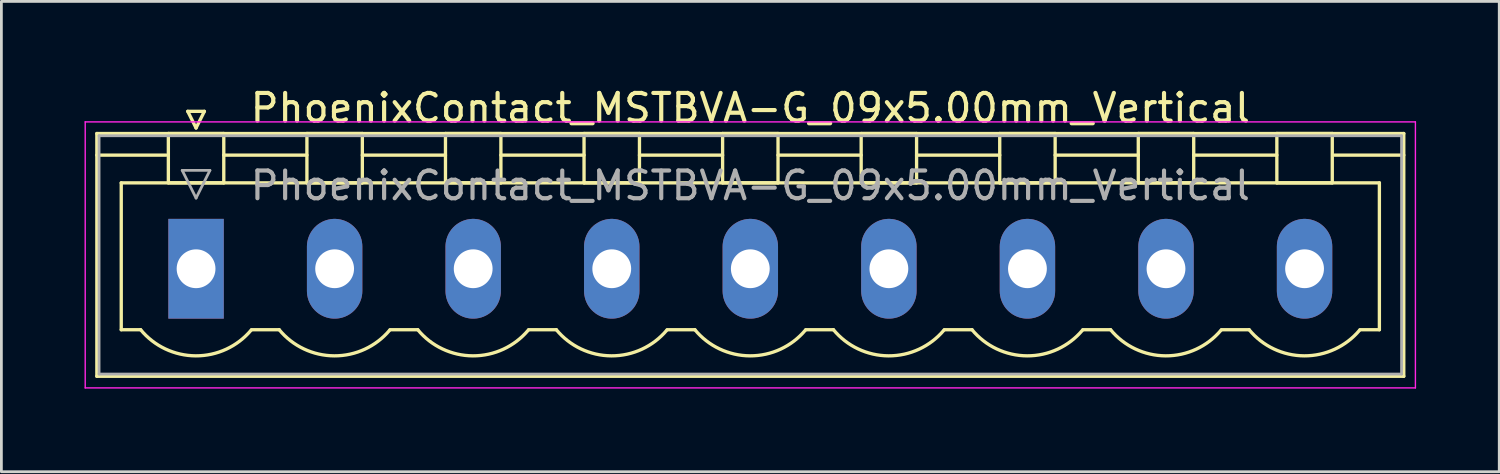
<source format=kicad_pcb>
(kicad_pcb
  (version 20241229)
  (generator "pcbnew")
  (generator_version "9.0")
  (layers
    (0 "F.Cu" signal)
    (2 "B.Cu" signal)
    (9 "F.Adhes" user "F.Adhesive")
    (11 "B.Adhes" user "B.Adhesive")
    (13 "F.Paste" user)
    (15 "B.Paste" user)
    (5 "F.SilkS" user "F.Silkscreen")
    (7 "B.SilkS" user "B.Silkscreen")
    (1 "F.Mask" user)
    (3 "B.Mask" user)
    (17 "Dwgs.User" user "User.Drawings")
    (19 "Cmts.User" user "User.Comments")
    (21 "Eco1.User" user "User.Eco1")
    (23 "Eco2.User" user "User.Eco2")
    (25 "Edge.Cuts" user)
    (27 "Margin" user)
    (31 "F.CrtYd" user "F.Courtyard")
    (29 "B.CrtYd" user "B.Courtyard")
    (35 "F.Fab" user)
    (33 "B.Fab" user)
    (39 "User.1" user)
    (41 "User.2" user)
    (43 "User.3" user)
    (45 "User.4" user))
  (footprint "PhoenixContact_MSTBVA-G_09x5.00mm_Vertical"
    (layer "F.Cu")
    (at 4.025 6.648)
    (property "Reference" "PhoenixContact_MSTBVA-G_09x5.00mm_Vertical" (at 20 -5.8 0) (layer "F.SilkS") (effects (font (size 1 1) (thickness 0.15))))
    (attr through_hole)
    (fp_line (start -3.58 -4.88) (end -3.58 3.88) (stroke (width 0.12) (type solid)) (layer "F.SilkS"))
    (fp_line (start -3.58 -4.1) (end -1.08 -4.1) (stroke (width 0.12) (type solid)) (layer "F.SilkS"))
    (fp_line (start -3.58 3.88) (end 43.58 3.88) (stroke (width 0.12) (type solid)) (layer "F.SilkS"))
    (fp_line (start -2.7 -3.1) (end 42.7 -3.1) (stroke (width 0.12) (type solid)) (layer "F.SilkS"))
    (fp_line (start -2.7 2.2) (end -2.7 -3.1) (stroke (width 0.12) (type solid)) (layer "F.SilkS"))
    (fp_line (start -2 2.2) (end -2.7 2.2) (stroke (width 0.12) (type solid)) (layer "F.SilkS"))
    (fp_line (start -1 -4.88) (end 1 -4.88) (stroke (width 0.12) (type solid)) (layer "F.SilkS"))
    (fp_line (start -1 -3.1) (end -1 -4.88) (stroke (width 0.12) (type solid)) (layer "F.SilkS"))
    (fp_line (start -0.3 -5.68) (end 0.3 -5.68) (stroke (width 0.12) (type solid)) (layer "F.SilkS"))
    (fp_line (start 0 -5.08) (end -0.3 -5.68) (stroke (width 0.12) (type solid)) (layer "F.SilkS"))
    (fp_line (start 0.3 -5.68) (end 0 -5.08) (stroke (width 0.12) (type solid)) (layer "F.SilkS"))
    (fp_line (start 1 -4.88) (end 1 -3.1) (stroke (width 0.12) (type solid)) (layer "F.SilkS"))
    (fp_line (start 1 -4.1) (end 4 -4.1) (stroke (width 0.12) (type solid)) (layer "F.SilkS"))
    (fp_line (start 1 -3.1) (end -1 -3.1) (stroke (width 0.12) (type solid)) (layer "F.SilkS"))
    (fp_line (start 2 2.2) (end 3 2.2) (stroke (width 0.12) (type solid)) (layer "F.SilkS"))
    (fp_line (start 4 -4.88) (end 6 -4.88) (stroke (width 0.12) (type solid)) (layer "F.SilkS"))
    (fp_line (start 4 -3.1) (end 4 -4.88) (stroke (width 0.12) (type solid)) (layer "F.SilkS"))
    (fp_line (start 6 -4.88) (end 6 -3.1) (stroke (width 0.12) (type solid)) (layer "F.SilkS"))
    (fp_line (start 6 -4.1) (end 9 -4.1) (stroke (width 0.12) (type solid)) (layer "F.SilkS"))
    (fp_line (start 6 -3.1) (end 4 -3.1) (stroke (width 0.12) (type solid)) (layer "F.SilkS"))
    (fp_line (start 7 2.2) (end 8 2.2) (stroke (width 0.12) (type solid)) (layer "F.SilkS"))
    (fp_line (start 9 -4.88) (end 11 -4.88) (stroke (width 0.12) (type solid)) (layer "F.SilkS"))
    (fp_line (start 9 -3.1) (end 9 -4.88) (stroke (width 0.12) (type solid)) (layer "F.SilkS"))
    (fp_line (start 11 -4.88) (end 11 -3.1) (stroke (width 0.12) (type solid)) (layer "F.SilkS"))
    (fp_line (start 11 -4.1) (end 14 -4.1) (stroke (width 0.12) (type solid)) (layer "F.SilkS"))
    (fp_line (start 11 -3.1) (end 9 -3.1) (stroke (width 0.12) (type solid)) (layer "F.SilkS"))
    (fp_line (start 12 2.2) (end 13 2.2) (stroke (width 0.12) (type solid)) (layer "F.SilkS"))
    (fp_line (start 14 -4.88) (end 16 -4.88) (stroke (width 0.12) (type solid)) (layer "F.SilkS"))
    (fp_line (start 14 -3.1) (end 14 -4.88) (stroke (width 0.12) (type solid)) (layer "F.SilkS"))
    (fp_line (start 16 -4.88) (end 16 -3.1) (stroke (width 0.12) (type solid)) (layer "F.SilkS"))
    (fp_line (start 16 -4.1) (end 19 -4.1) (stroke (width 0.12) (type solid)) (layer "F.SilkS"))
    (fp_line (start 16 -3.1) (end 14 -3.1) (stroke (width 0.12) (type solid)) (layer "F.SilkS"))
    (fp_line (start 17 2.2) (end 18 2.2) (stroke (width 0.12) (type solid)) (layer "F.SilkS"))
    (fp_line (start 19 -4.88) (end 21 -4.88) (stroke (width 0.12) (type solid)) (layer "F.SilkS"))
    (fp_line (start 19 -3.1) (end 19 -4.88) (stroke (width 0.12) (type solid)) (layer "F.SilkS"))
    (fp_line (start 21 -4.88) (end 21 -3.1) (stroke (width 0.12) (type solid)) (layer "F.SilkS"))
    (fp_line (start 21 -4.1) (end 24 -4.1) (stroke (width 0.12) (type solid)) (layer "F.SilkS"))
    (fp_line (start 21 -3.1) (end 19 -3.1) (stroke (width 0.12) (type solid)) (layer "F.SilkS"))
    (fp_line (start 22 2.2) (end 23 2.2) (stroke (width 0.12) (type solid)) (layer "F.SilkS"))
    (fp_line (start 24 -4.88) (end 26 -4.88) (stroke (width 0.12) (type solid)) (layer "F.SilkS"))
    (fp_line (start 24 -3.1) (end 24 -4.88) (stroke (width 0.12) (type solid)) (layer "F.SilkS"))
    (fp_line (start 26 -4.88) (end 26 -3.1) (stroke (width 0.12) (type solid)) (layer "F.SilkS"))
    (fp_line (start 26 -4.1) (end 29 -4.1) (stroke (width 0.12) (type solid)) (layer "F.SilkS"))
    (fp_line (start 26 -3.1) (end 24 -3.1) (stroke (width 0.12) (type solid)) (layer "F.SilkS"))
    (fp_line (start 27 2.2) (end 28 2.2) (stroke (width 0.12) (type solid)) (layer "F.SilkS"))
    (fp_line (start 29 -4.88) (end 31 -4.88) (stroke (width 0.12) (type solid)) (layer "F.SilkS"))
    (fp_line (start 29 -3.1) (end 29 -4.88) (stroke (width 0.12) (type solid)) (layer "F.SilkS"))
    (fp_line (start 31 -4.88) (end 31 -3.1) (stroke (width 0.12) (type solid)) (layer "F.SilkS"))
    (fp_line (start 31 -4.1) (end 34 -4.1) (stroke (width 0.12) (type solid)) (layer "F.SilkS"))
    (fp_line (start 31 -3.1) (end 29 -3.1) (stroke (width 0.12) (type solid)) (layer "F.SilkS"))
    (fp_line (start 32 2.2) (end 33 2.2) (stroke (width 0.12) (type solid)) (layer "F.SilkS"))
    (fp_line (start 34 -4.88) (end 36 -4.88) (stroke (width 0.12) (type solid)) (layer "F.SilkS"))
    (fp_line (start 34 -3.1) (end 34 -4.88) (stroke (width 0.12) (type solid)) (layer "F.SilkS"))
    (fp_line (start 36 -4.88) (end 36 -3.1) (stroke (width 0.12) (type solid)) (layer "F.SilkS"))
    (fp_line (start 36 -4.1) (end 39 -4.1) (stroke (width 0.12) (type solid)) (layer "F.SilkS"))
    (fp_line (start 36 -3.1) (end 34 -3.1) (stroke (width 0.12) (type solid)) (layer "F.SilkS"))
    (fp_line (start 37 2.2) (end 38 2.2) (stroke (width 0.12) (type solid)) (layer "F.SilkS"))
    (fp_line (start 39 -4.88) (end 41 -4.88) (stroke (width 0.12) (type solid)) (layer "F.SilkS"))
    (fp_line (start 39 -3.1) (end 39 -4.88) (stroke (width 0.12) (type solid)) (layer "F.SilkS"))
    (fp_line (start 41 -4.88) (end 41 -3.1) (stroke (width 0.12) (type solid)) (layer "F.SilkS"))
    (fp_line (start 41 -3.1) (end 39 -3.1) (stroke (width 0.12) (type solid)) (layer "F.SilkS"))
    (fp_line (start 42.7 -3.1) (end 42.7 2.2) (stroke (width 0.12) (type solid)) (layer "F.SilkS"))
    (fp_line (start 42.7 2.2) (end 42 2.2) (stroke (width 0.12) (type solid)) (layer "F.SilkS"))
    (fp_line (start 43.58 -4.88) (end -3.58 -4.88) (stroke (width 0.12) (type solid)) (layer "F.SilkS"))
    (fp_line (start 43.58 -4.1) (end 41.08 -4.1) (stroke (width 0.12) (type solid)) (layer "F.SilkS"))
    (fp_line (start 43.58 3.88) (end 43.58 -4.88) (stroke (width 0.12) (type solid)) (layer "F.SilkS"))
    (fp_arc (start 1.986842 2.215821) (mid -0.010289 3.142758) (end -2 2.2) (stroke (width 0.12) (type solid)) (layer "F.SilkS"))
    (fp_arc (start 6.986842 2.215821) (mid 4.989711 3.142758) (end 3 2.2) (stroke (width 0.12) (type solid)) (layer "F.SilkS"))
    (fp_arc (start 11.986842 2.215821) (mid 9.989711 3.142758) (end 8 2.2) (stroke (width 0.12) (type solid)) (layer "F.SilkS"))
    (fp_arc (start 16.986842 2.215821) (mid 14.989711 3.142758) (end 13 2.2) (stroke (width 0.12) (type solid)) (layer "F.SilkS"))
    (fp_arc (start 21.986842 2.215821) (mid 19.989711 3.142758) (end 18 2.2) (stroke (width 0.12) (type solid)) (layer "F.SilkS"))
    (fp_arc (start 26.986842 2.215821) (mid 24.989711 3.142758) (end 23 2.2) (stroke (width 0.12) (type solid)) (layer "F.SilkS"))
    (fp_arc (start 31.986842 2.215821) (mid 29.989711 3.142758) (end 28 2.2) (stroke (width 0.12) (type solid)) (layer "F.SilkS"))
    (fp_arc (start 36.986842 2.215821) (mid 34.989711 3.142758) (end 33 2.2) (stroke (width 0.12) (type solid)) (layer "F.SilkS"))
    (fp_arc (start 41.986842 2.215821) (mid 39.989711 3.142758) (end 38 2.2) (stroke (width 0.12) (type solid)) (layer "F.SilkS"))
    (fp_line (start -4 -5.3) (end -4 4.3) (stroke (width 0.05) (type solid)) (layer "F.CrtYd"))
    (fp_line (start -4 4.3) (end 44 4.3) (stroke (width 0.05) (type solid)) (layer "F.CrtYd"))
    (fp_line (start 44 -5.3) (end -4 -5.3) (stroke (width 0.05) (type solid)) (layer "F.CrtYd"))
    (fp_line (start 44 4.3) (end 44 -5.3) (stroke (width 0.05) (type solid)) (layer "F.CrtYd"))
    (fp_line (start -3.5 -4.8) (end -3.5 3.8) (stroke (width 0.1) (type solid)) (layer "F.Fab"))
    (fp_line (start -3.5 3.8) (end 43.5 3.8) (stroke (width 0.1) (type solid)) (layer "F.Fab"))
    (fp_line (start -0.5 -3.55) (end 0.5 -3.55) (stroke (width 0.1) (type solid)) (layer "F.Fab"))
    (fp_line (start 0 -2.55) (end -0.5 -3.55) (stroke (width 0.1) (type solid)) (layer "F.Fab"))
    (fp_line (start 0.5 -3.55) (end 0 -2.55) (stroke (width 0.1) (type solid)) (layer "F.Fab"))
    (fp_line (start 43.5 -4.8) (end -3.5 -4.8) (stroke (width 0.1) (type solid)) (layer "F.Fab"))
    (fp_line (start 43.5 3.8) (end 43.5 -4.8) (stroke (width 0.1) (type solid)) (layer "F.Fab"))
    (fp_text user "${REFERENCE}" (at 20 -3 0) (layer "F.Fab") (effects (font (size 1 1) (thickness 0.15))))
    (pad "1" thru_hole rect (at 0 0) (size 2 3.6) (drill 1.4) (layers "*.Cu" "*.Mask"))
    (pad "2" thru_hole oval (at 5 0) (size 2 3.6) (drill 1.4) (layers "*.Cu" "*.Mask"))
    (pad "3" thru_hole oval (at 10 0) (size 2 3.6) (drill 1.4) (layers "*.Cu" "*.Mask"))
    (pad "4" thru_hole oval (at 15 0) (size 2 3.6) (drill 1.4) (layers "*.Cu" "*.Mask"))
    (pad "5" thru_hole oval (at 20 0) (size 2 3.6) (drill 1.4) (layers "*.Cu" "*.Mask"))
    (pad "6" thru_hole oval (at 25 0) (size 2 3.6) (drill 1.4) (layers "*.Cu" "*.Mask"))
    (pad "7" thru_hole oval (at 30 0) (size 2 3.6) (drill 1.4) (layers "*.Cu" "*.Mask"))
    (pad "8" thru_hole oval (at 35 0) (size 2 3.6) (drill 1.4) (layers "*.Cu" "*.Mask"))
    (pad "9" thru_hole oval (at 40 0) (size 2 3.6) (drill 1.4) (layers "*.Cu" "*.Mask")))
  (gr_rect
    (start -3 -3)
    (end 51.05 13.973)
    (stroke (width 0.1) (type default))
    (fill no)
    (layer "Edge.Cuts")))
</source>
